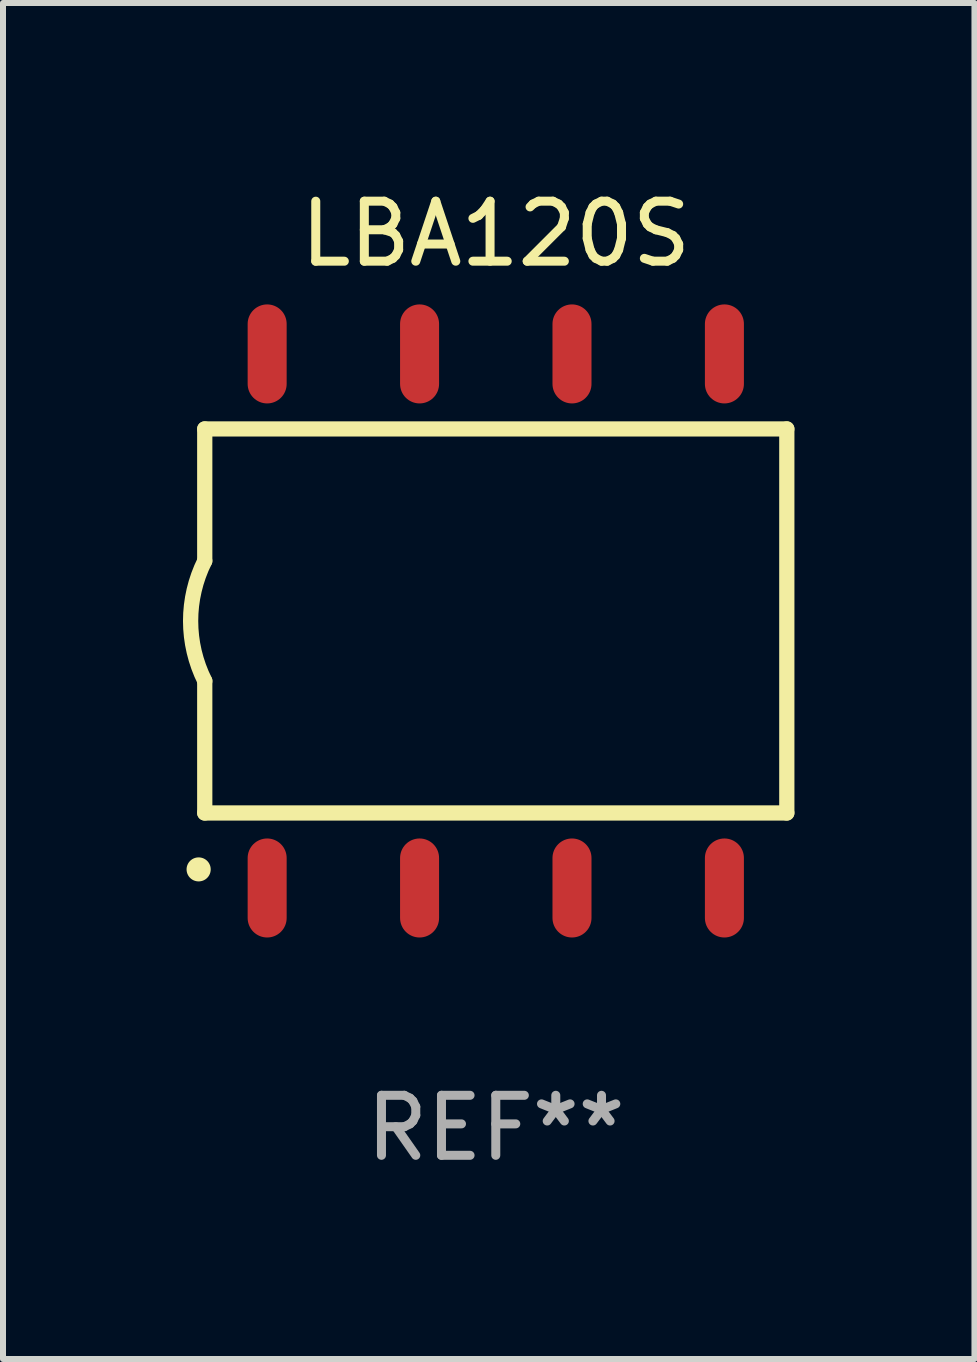
<source format=kicad_pcb>
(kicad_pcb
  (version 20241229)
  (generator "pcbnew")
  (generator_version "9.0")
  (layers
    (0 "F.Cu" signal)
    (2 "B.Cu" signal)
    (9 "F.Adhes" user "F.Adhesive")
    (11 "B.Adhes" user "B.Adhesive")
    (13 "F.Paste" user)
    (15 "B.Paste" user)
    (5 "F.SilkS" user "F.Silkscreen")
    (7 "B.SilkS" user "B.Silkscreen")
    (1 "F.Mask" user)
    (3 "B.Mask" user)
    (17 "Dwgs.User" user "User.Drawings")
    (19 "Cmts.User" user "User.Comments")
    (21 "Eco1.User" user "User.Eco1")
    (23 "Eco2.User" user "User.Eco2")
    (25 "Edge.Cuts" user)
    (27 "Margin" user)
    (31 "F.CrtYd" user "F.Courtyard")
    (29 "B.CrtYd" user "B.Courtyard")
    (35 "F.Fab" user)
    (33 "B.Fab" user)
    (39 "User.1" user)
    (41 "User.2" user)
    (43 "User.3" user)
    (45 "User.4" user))
  (footprint "LBA120S"
    (layer "F.Cu")
    (at 5.212 7.298)
    (property "Reference" "LBA120S" (at 0 -6.45 0) (layer "F.SilkS") (effects (font (size 1 1) (thickness 0.15))))
    (attr through_hole)
    (fp_line (start -4.85 -3.2) (end -4.85 -1) (stroke (width 0.254) (type solid)) (layer "F.SilkS"))
    (fp_line (start -4.85 -3.2) (end 4.85 -3.2) (stroke (width 0.254) (type solid)) (layer "F.SilkS"))
    (fp_line (start -4.85 3.2) (end -4.85 1) (stroke (width 0.254) (type solid)) (layer "F.SilkS"))
    (fp_line (start 4.85 -3.2) (end 4.85 3.2) (stroke (width 0.254) (type solid)) (layer "F.SilkS"))
    (fp_line (start 4.85 3.2) (end -4.85 3.2) (stroke (width 0.254) (type solid)) (layer "F.SilkS"))
    (fp_arc (start -4.95301 4.140208) (mid -4.95174 4.140204) (end -4.95047 4.140208) (stroke (width 0.4) (type solid)) (layer "F.SilkS"))
    (fp_arc (start -4.84887 1.000762) (mid -5.085418 0.000516) (end -4.850013 -1) (stroke (width 0.254001) (type solid)) (layer "F.SilkS"))
    (fp_text user "REF**" (at 0 8.45 0) (layer "F.Fab") (effects (font (size 1 1) (thickness 0.15))))
    (pad "1" smd oval (at -3.81 4.45) (size 0.65 1.65) (layers "F.Cu" "F.Mask" "F.Paste"))
    (pad "2" smd oval (at -1.27 4.45) (size 0.65 1.65) (layers "F.Cu" "F.Mask" "F.Paste"))
    (pad "3" smd oval (at 1.27 4.45) (size 0.65 1.65) (layers "F.Cu" "F.Mask" "F.Paste"))
    (pad "4" smd oval (at 3.81 4.45) (size 0.65 1.65) (layers "F.Cu" "F.Mask" "F.Paste"))
    (pad "5" smd oval (at 3.81 -4.45 180) (size 0.65 1.65) (layers "F.Cu" "F.Mask" "F.Paste"))
    (pad "6" smd oval (at 1.27 -4.45 180) (size 0.65 1.65) (layers "F.Cu" "F.Mask" "F.Paste"))
    (pad "7" smd oval (at -1.27 -4.45 180) (size 0.65 1.65) (layers "F.Cu" "F.Mask" "F.Paste"))
    (pad "8" smd oval (at -3.81 -4.45 180) (size 0.65 1.65) (layers "F.Cu" "F.Mask" "F.Paste")))
  (gr_rect
    (start -3 -3)
    (end 13.189 19.597)
    (stroke (width 0.1) (type default))
    (fill no)
    (layer "Edge.Cuts")))
</source>
